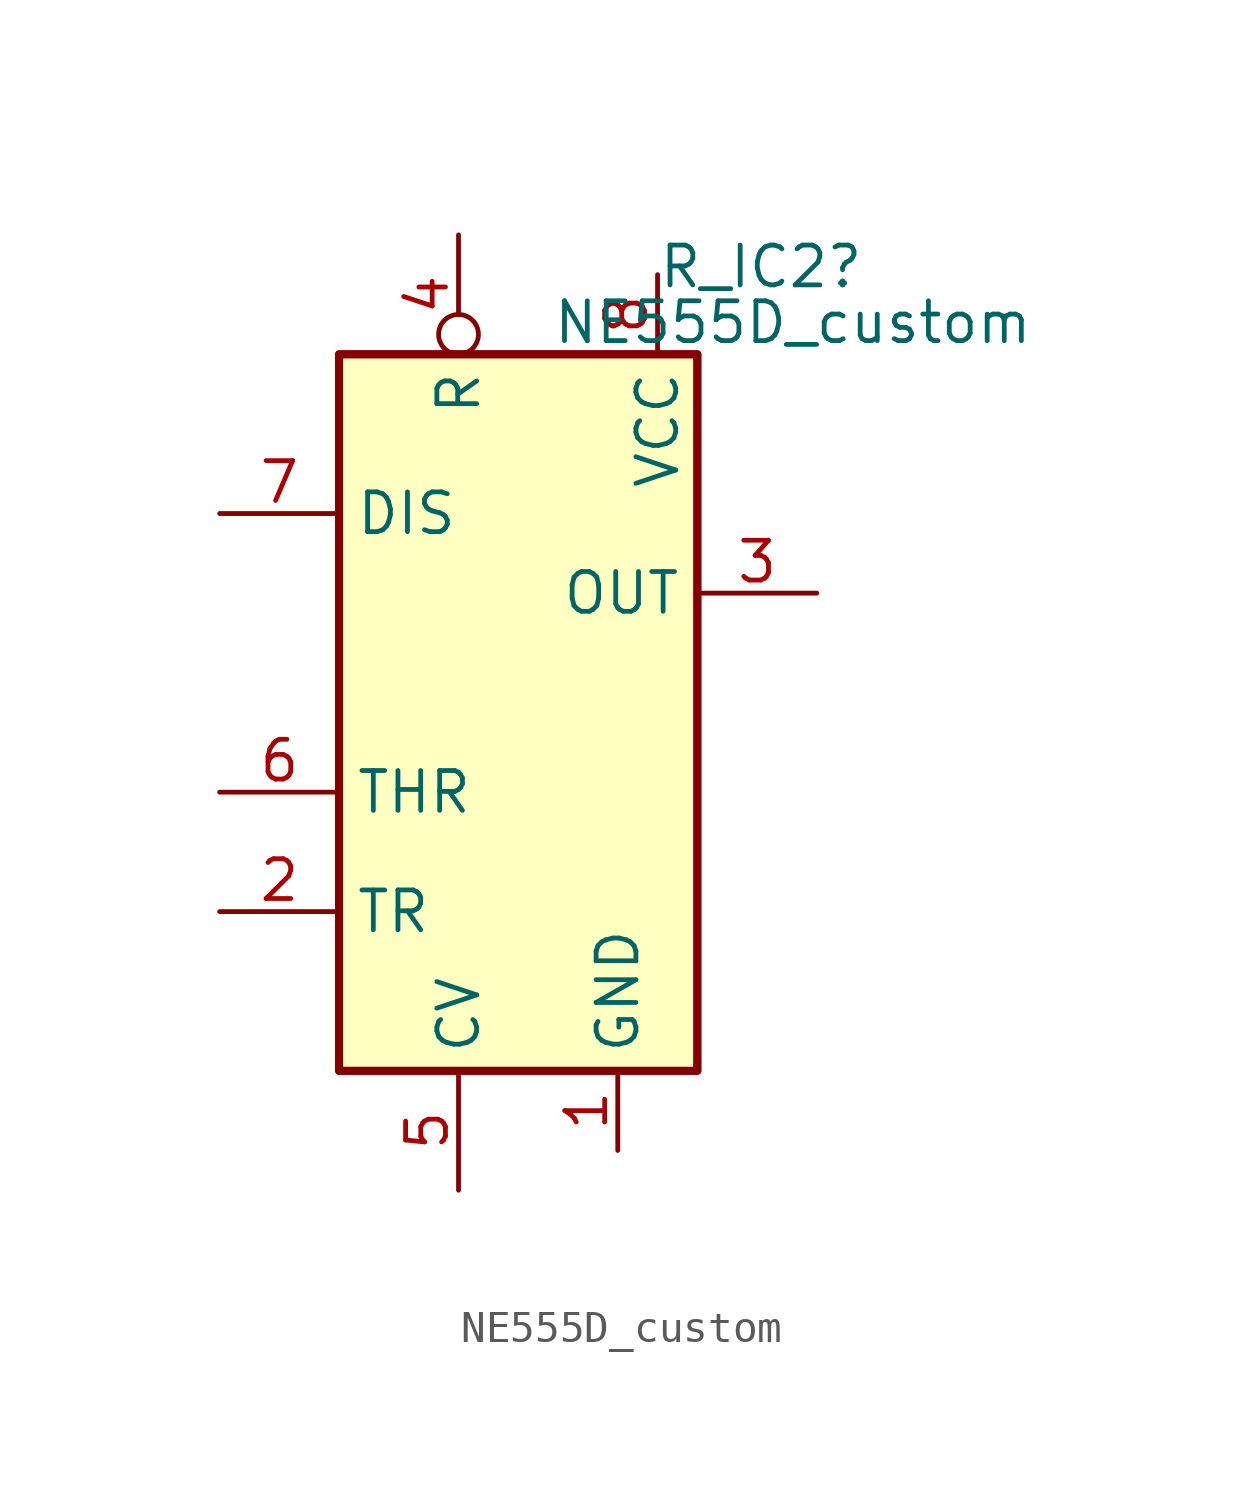
<source format=kicad_sym>
(kicad_symbol_lib
  (version 20231120)
  (generator "kicad_symbol_editor")
  (generator_version "8.0")
  (symbol "NE555D_custom"
    (property "Reference" "R_IC2"
      (at 4.572 10.414 0)
      (effects (font (size 1.27 1.27))))
    (property "Value" "NE555D_custom"
      (at 5.588 8.636 0)
      (effects (font (size 1.27 1.27))))
    (symbol "NE555D_custom_0_0"
      (pin power_in line (at 0 -17.78 90) (length 2.54) (name "GND" (effects (font (size 1.27 1.27)))) (number "1" (effects (font (size 1.27 1.27)))))
      (pin power_in line (at 1.27 10.16 270) (length 2.54) (name "VCC" (effects (font (size 1.27 1.27)))) (number "8" (effects (font (size 1.27 1.27))))))
    (symbol "NE555D_custom_0_1"
      (rectangle (start -8.89 7.62) (end 2.54 -15.24) (stroke (width 0.254) (type default)) (fill (type background)))
      (rectangle (start -8.89 7.62) (end 2.54 -15.24) (stroke (width 0.254) (type default)) (fill (type background))))
    (symbol "NE555D_custom_1_1"
      (pin input line (at -12.7 -10.16 0) (length 3.81) (name "TR" (effects (font (size 1.27 1.27)))) (number "2" (effects (font (size 1.27 1.27)))))
      (pin output line (at 6.35 0 180) (length 3.81) (name "OUT" (effects (font (size 1.27 1.27)))) (number "3" (effects (font (size 1.27 1.27)))))
      (pin input inverted (at -5.08 11.43 270) (length 3.81) (name "R" (effects (font (size 1.27 1.27)))) (number "4" (effects (font (size 1.27 1.27)))))
      (pin input line (at -5.08 -19.05 90) (length 3.81) (name "CV" (effects (font (size 1.27 1.27)))) (number "5" (effects (font (size 1.27 1.27)))))
      (pin input line (at -12.7 -6.35 0) (length 3.81) (name "THR" (effects (font (size 1.27 1.27)))) (number "6" (effects (font (size 1.27 1.27)))))
      (pin input line (at -12.7 2.54 0) (length 3.81) (name "DIS" (effects (font (size 1.27 1.27)))) (number "7" (effects (font (size 1.27 1.27))))))))
</source>
